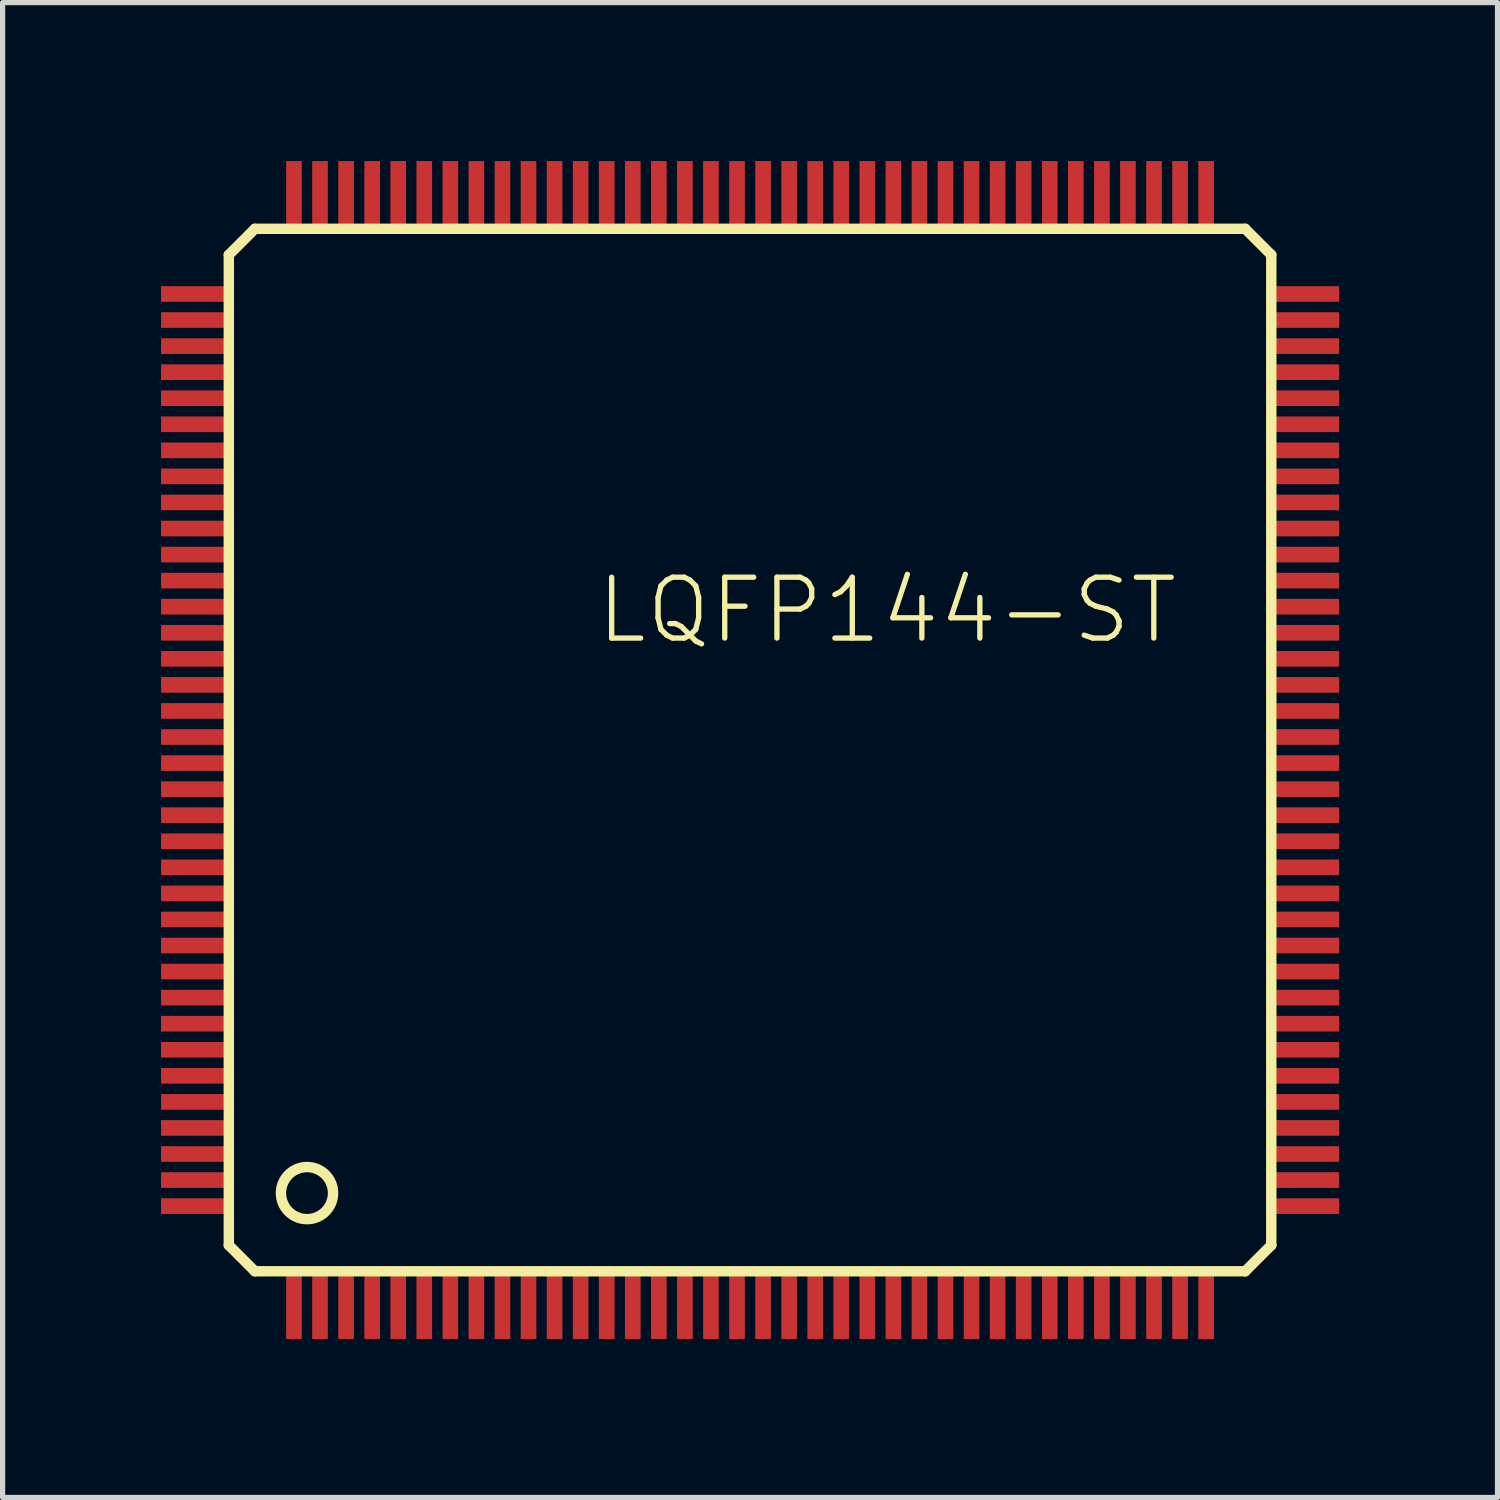
<source format=kicad_pcb>
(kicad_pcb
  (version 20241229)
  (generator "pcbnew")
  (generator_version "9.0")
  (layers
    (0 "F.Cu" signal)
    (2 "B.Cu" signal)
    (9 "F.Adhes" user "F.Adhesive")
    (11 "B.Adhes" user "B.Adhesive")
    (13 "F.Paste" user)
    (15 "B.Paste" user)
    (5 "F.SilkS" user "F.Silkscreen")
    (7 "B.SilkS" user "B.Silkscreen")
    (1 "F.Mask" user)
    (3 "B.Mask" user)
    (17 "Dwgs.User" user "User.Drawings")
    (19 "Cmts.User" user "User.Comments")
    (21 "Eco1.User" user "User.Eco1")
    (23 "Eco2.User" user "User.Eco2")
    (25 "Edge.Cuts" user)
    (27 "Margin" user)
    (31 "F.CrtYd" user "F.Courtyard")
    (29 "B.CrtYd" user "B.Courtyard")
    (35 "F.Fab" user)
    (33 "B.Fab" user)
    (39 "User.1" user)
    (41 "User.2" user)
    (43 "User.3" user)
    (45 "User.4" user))
  (footprint "LQFP144-ST"
    (layer "F.Cu")
    (at 11.34 11.34)
    (property "Reference" "LQFP144-ST" (at -3 -2 0) (unlocked yes) (layer "F.SilkS") (effects (font (size 1.168 1.168) (thickness 0.102)) (justify left bottom)))
    (fp_poly (pts (xy -11.34 -8.57) (xy -9.91 -8.57) (xy -9.91 -8.93) (xy -11.34 -8.93)) (stroke (width 0) (type default)) (fill yes) (layer "F.Mask"))
    (fp_poly (pts (xy -11.34 -8.07) (xy -9.91 -8.07) (xy -9.91 -8.43) (xy -11.34 -8.43)) (stroke (width 0) (type default)) (fill yes) (layer "F.Mask"))
    (fp_poly (pts (xy -11.34 -7.57) (xy -9.91 -7.57) (xy -9.91 -7.93) (xy -11.34 -7.93)) (stroke (width 0) (type default)) (fill yes) (layer "F.Mask"))
    (fp_poly (pts (xy -11.34 -7.07) (xy -9.91 -7.07) (xy -9.91 -7.43) (xy -11.34 -7.43)) (stroke (width 0) (type default)) (fill yes) (layer "F.Mask"))
    (fp_poly (pts (xy -11.34 -6.57) (xy -9.91 -6.57) (xy -9.91 -6.93) (xy -11.34 -6.93)) (stroke (width 0) (type default)) (fill yes) (layer "F.Mask"))
    (fp_poly (pts (xy -11.34 -6.07) (xy -9.91 -6.07) (xy -9.91 -6.43) (xy -11.34 -6.43)) (stroke (width 0) (type default)) (fill yes) (layer "F.Mask"))
    (fp_poly (pts (xy -11.34 -5.57) (xy -9.91 -5.57) (xy -9.91 -5.93) (xy -11.34 -5.93)) (stroke (width 0) (type default)) (fill yes) (layer "F.Mask"))
    (fp_poly (pts (xy -11.34 -5.07) (xy -9.91 -5.07) (xy -9.91 -5.43) (xy -11.34 -5.43)) (stroke (width 0) (type default)) (fill yes) (layer "F.Mask"))
    (fp_poly (pts (xy -11.34 -4.57) (xy -9.91 -4.57) (xy -9.91 -4.93) (xy -11.34 -4.93)) (stroke (width 0) (type default)) (fill yes) (layer "F.Mask"))
    (fp_poly (pts (xy -11.34 -4.07) (xy -9.91 -4.07) (xy -9.91 -4.43) (xy -11.34 -4.43)) (stroke (width 0) (type default)) (fill yes) (layer "F.Mask"))
    (fp_poly (pts (xy -11.34 -3.57) (xy -9.91 -3.57) (xy -9.91 -3.93) (xy -11.34 -3.93)) (stroke (width 0) (type default)) (fill yes) (layer "F.Mask"))
    (fp_poly (pts (xy -11.34 -3.07) (xy -9.91 -3.07) (xy -9.91 -3.43) (xy -11.34 -3.43)) (stroke (width 0) (type default)) (fill yes) (layer "F.Mask"))
    (fp_poly (pts (xy -11.34 -2.57) (xy -9.91 -2.57) (xy -9.91 -2.93) (xy -11.34 -2.93)) (stroke (width 0) (type default)) (fill yes) (layer "F.Mask"))
    (fp_poly (pts (xy -11.34 -2.07) (xy -9.91 -2.07) (xy -9.91 -2.43) (xy -11.34 -2.43)) (stroke (width 0) (type default)) (fill yes) (layer "F.Mask"))
    (fp_poly (pts (xy -11.34 -1.57) (xy -9.91 -1.57) (xy -9.91 -1.93) (xy -11.34 -1.93)) (stroke (width 0) (type default)) (fill yes) (layer "F.Mask"))
    (fp_poly (pts (xy -11.34 -1.07) (xy -9.91 -1.07) (xy -9.91 -1.43) (xy -11.34 -1.43)) (stroke (width 0) (type default)) (fill yes) (layer "F.Mask"))
    (fp_poly (pts (xy -11.34 -0.57) (xy -9.91 -0.57) (xy -9.91 -0.93) (xy -11.34 -0.93)) (stroke (width 0) (type default)) (fill yes) (layer "F.Mask"))
    (fp_poly (pts (xy -11.34 -0.07) (xy -9.91 -0.07) (xy -9.91 -0.43) (xy -11.34 -0.43)) (stroke (width 0) (type default)) (fill yes) (layer "F.Mask"))
    (fp_poly (pts (xy -11.34 0.43) (xy -9.91 0.43) (xy -9.91 0.07) (xy -11.34 0.07)) (stroke (width 0) (type default)) (fill yes) (layer "F.Mask"))
    (fp_poly (pts (xy -11.34 0.93) (xy -9.91 0.93) (xy -9.91 0.57) (xy -11.34 0.57)) (stroke (width 0) (type default)) (fill yes) (layer "F.Mask"))
    (fp_poly (pts (xy -11.34 1.43) (xy -9.91 1.43) (xy -9.91 1.07) (xy -11.34 1.07)) (stroke (width 0) (type default)) (fill yes) (layer "F.Mask"))
    (fp_poly (pts (xy -11.34 1.93) (xy -9.91 1.93) (xy -9.91 1.57) (xy -11.34 1.57)) (stroke (width 0) (type default)) (fill yes) (layer "F.Mask"))
    (fp_poly (pts (xy -11.34 2.43) (xy -9.91 2.43) (xy -9.91 2.07) (xy -11.34 2.07)) (stroke (width 0) (type default)) (fill yes) (layer "F.Mask"))
    (fp_poly (pts (xy -11.34 2.93) (xy -9.91 2.93) (xy -9.91 2.57) (xy -11.34 2.57)) (stroke (width 0) (type default)) (fill yes) (layer "F.Mask"))
    (fp_poly (pts (xy -11.34 3.43) (xy -9.91 3.43) (xy -9.91 3.07) (xy -11.34 3.07)) (stroke (width 0) (type default)) (fill yes) (layer "F.Mask"))
    (fp_poly (pts (xy -11.34 3.93) (xy -9.91 3.93) (xy -9.91 3.57) (xy -11.34 3.57)) (stroke (width 0) (type default)) (fill yes) (layer "F.Mask"))
    (fp_poly (pts (xy -11.34 4.43) (xy -9.91 4.43) (xy -9.91 4.07) (xy -11.34 4.07)) (stroke (width 0) (type default)) (fill yes) (layer "F.Mask"))
    (fp_poly (pts (xy -11.34 4.93) (xy -9.91 4.93) (xy -9.91 4.57) (xy -11.34 4.57)) (stroke (width 0) (type default)) (fill yes) (layer "F.Mask"))
    (fp_poly (pts (xy -11.34 5.43) (xy -9.91 5.43) (xy -9.91 5.07) (xy -11.34 5.07)) (stroke (width 0) (type default)) (fill yes) (layer "F.Mask"))
    (fp_poly (pts (xy -11.34 5.93) (xy -9.91 5.93) (xy -9.91 5.57) (xy -11.34 5.57)) (stroke (width 0) (type default)) (fill yes) (layer "F.Mask"))
    (fp_poly (pts (xy -11.34 6.43) (xy -9.91 6.43) (xy -9.91 6.07) (xy -11.34 6.07)) (stroke (width 0) (type default)) (fill yes) (layer "F.Mask"))
    (fp_poly (pts (xy -11.34 6.93) (xy -9.91 6.93) (xy -9.91 6.57) (xy -11.34 6.57)) (stroke (width 0) (type default)) (fill yes) (layer "F.Mask"))
    (fp_poly (pts (xy -11.34 7.43) (xy -9.91 7.43) (xy -9.91 7.07) (xy -11.34 7.07)) (stroke (width 0) (type default)) (fill yes) (layer "F.Mask"))
    (fp_poly (pts (xy -11.34 7.93) (xy -9.91 7.93) (xy -9.91 7.57) (xy -11.34 7.57)) (stroke (width 0) (type default)) (fill yes) (layer "F.Mask"))
    (fp_poly (pts (xy -11.34 8.43) (xy -9.91 8.43) (xy -9.91 8.07) (xy -11.34 8.07)) (stroke (width 0) (type default)) (fill yes) (layer "F.Mask"))
    (fp_poly (pts (xy -11.34 8.93) (xy -9.91 8.93) (xy -9.91 8.57) (xy -11.34 8.57)) (stroke (width 0) (type default)) (fill yes) (layer "F.Mask"))
    (fp_poly (pts (xy -8.93 -11.34) (xy -8.93 -9.91) (xy -8.57 -9.91) (xy -8.57 -11.34)) (stroke (width 0) (type default)) (fill yes) (layer "F.Mask"))
    (fp_poly (pts (xy -8.57 11.34) (xy -8.57 9.91) (xy -8.93 9.91) (xy -8.93 11.34)) (stroke (width 0) (type default)) (fill yes) (layer "F.Mask"))
    (fp_poly (pts (xy -8.43 -11.34) (xy -8.43 -9.91) (xy -8.07 -9.91) (xy -8.07 -11.34)) (stroke (width 0) (type default)) (fill yes) (layer "F.Mask"))
    (fp_poly (pts (xy -8.07 11.34) (xy -8.07 9.91) (xy -8.43 9.91) (xy -8.43 11.34)) (stroke (width 0) (type default)) (fill yes) (layer "F.Mask"))
    (fp_poly (pts (xy -7.93 -11.34) (xy -7.93 -9.91) (xy -7.57 -9.91) (xy -7.57 -11.34)) (stroke (width 0) (type default)) (fill yes) (layer "F.Mask"))
    (fp_poly (pts (xy -7.57 11.34) (xy -7.57 9.91) (xy -7.93 9.91) (xy -7.93 11.34)) (stroke (width 0) (type default)) (fill yes) (layer "F.Mask"))
    (fp_poly (pts (xy -7.43 -11.34) (xy -7.43 -9.91) (xy -7.07 -9.91) (xy -7.07 -11.34)) (stroke (width 0) (type default)) (fill yes) (layer "F.Mask"))
    (fp_poly (pts (xy -7.07 11.34) (xy -7.07 9.91) (xy -7.43 9.91) (xy -7.43 11.34)) (stroke (width 0) (type default)) (fill yes) (layer "F.Mask"))
    (fp_poly (pts (xy -6.93 -11.34) (xy -6.93 -9.91) (xy -6.57 -9.91) (xy -6.57 -11.34)) (stroke (width 0) (type default)) (fill yes) (layer "F.Mask"))
    (fp_poly (pts (xy -6.57 11.34) (xy -6.57 9.91) (xy -6.93 9.91) (xy -6.93 11.34)) (stroke (width 0) (type default)) (fill yes) (layer "F.Mask"))
    (fp_poly (pts (xy -6.43 -11.34) (xy -6.43 -9.91) (xy -6.07 -9.91) (xy -6.07 -11.34)) (stroke (width 0) (type default)) (fill yes) (layer "F.Mask"))
    (fp_poly (pts (xy -6.07 11.34) (xy -6.07 9.91) (xy -6.43 9.91) (xy -6.43 11.34)) (stroke (width 0) (type default)) (fill yes) (layer "F.Mask"))
    (fp_poly (pts (xy -5.93 -11.34) (xy -5.93 -9.91) (xy -5.57 -9.91) (xy -5.57 -11.34)) (stroke (width 0) (type default)) (fill yes) (layer "F.Mask"))
    (fp_poly (pts (xy -5.57 11.34) (xy -5.57 9.91) (xy -5.93 9.91) (xy -5.93 11.34)) (stroke (width 0) (type default)) (fill yes) (layer "F.Mask"))
    (fp_poly (pts (xy -5.43 -11.34) (xy -5.43 -9.91) (xy -5.07 -9.91) (xy -5.07 -11.34)) (stroke (width 0) (type default)) (fill yes) (layer "F.Mask"))
    (fp_poly (pts (xy -5.07 11.34) (xy -5.07 9.91) (xy -5.43 9.91) (xy -5.43 11.34)) (stroke (width 0) (type default)) (fill yes) (layer "F.Mask"))
    (fp_poly (pts (xy -4.93 -11.34) (xy -4.93 -9.91) (xy -4.57 -9.91) (xy -4.57 -11.34)) (stroke (width 0) (type default)) (fill yes) (layer "F.Mask"))
    (fp_poly (pts (xy -4.57 11.34) (xy -4.57 9.91) (xy -4.93 9.91) (xy -4.93 11.34)) (stroke (width 0) (type default)) (fill yes) (layer "F.Mask"))
    (fp_poly (pts (xy -4.43 -11.34) (xy -4.43 -9.91) (xy -4.07 -9.91) (xy -4.07 -11.34)) (stroke (width 0) (type default)) (fill yes) (layer "F.Mask"))
    (fp_poly (pts (xy -4.07 11.34) (xy -4.07 9.91) (xy -4.43 9.91) (xy -4.43 11.34)) (stroke (width 0) (type default)) (fill yes) (layer "F.Mask"))
    (fp_poly (pts (xy -3.93 -11.34) (xy -3.93 -9.91) (xy -3.57 -9.91) (xy -3.57 -11.34)) (stroke (width 0) (type default)) (fill yes) (layer "F.Mask"))
    (fp_poly (pts (xy -3.57 11.34) (xy -3.57 9.91) (xy -3.93 9.91) (xy -3.93 11.34)) (stroke (width 0) (type default)) (fill yes) (layer "F.Mask"))
    (fp_poly (pts (xy -3.43 -11.34) (xy -3.43 -9.91) (xy -3.07 -9.91) (xy -3.07 -11.34)) (stroke (width 0) (type default)) (fill yes) (layer "F.Mask"))
    (fp_poly (pts (xy -3.07 11.34) (xy -3.07 9.91) (xy -3.43 9.91) (xy -3.43 11.34)) (stroke (width 0) (type default)) (fill yes) (layer "F.Mask"))
    (fp_poly (pts (xy -2.93 -11.34) (xy -2.93 -9.91) (xy -2.57 -9.91) (xy -2.57 -11.34)) (stroke (width 0) (type default)) (fill yes) (layer "F.Mask"))
    (fp_poly (pts (xy -2.57 11.34) (xy -2.57 9.91) (xy -2.93 9.91) (xy -2.93 11.34)) (stroke (width 0) (type default)) (fill yes) (layer "F.Mask"))
    (fp_poly (pts (xy -2.43 -11.34) (xy -2.43 -9.91) (xy -2.07 -9.91) (xy -2.07 -11.34)) (stroke (width 0) (type default)) (fill yes) (layer "F.Mask"))
    (fp_poly (pts (xy -2.07 11.34) (xy -2.07 9.91) (xy -2.43 9.91) (xy -2.43 11.34)) (stroke (width 0) (type default)) (fill yes) (layer "F.Mask"))
    (fp_poly (pts (xy -1.93 -11.34) (xy -1.93 -9.91) (xy -1.57 -9.91) (xy -1.57 -11.34)) (stroke (width 0) (type default)) (fill yes) (layer "F.Mask"))
    (fp_poly (pts (xy -1.57 11.34) (xy -1.57 9.91) (xy -1.93 9.91) (xy -1.93 11.34)) (stroke (width 0) (type default)) (fill yes) (layer "F.Mask"))
    (fp_poly (pts (xy -1.43 -11.34) (xy -1.43 -9.91) (xy -1.07 -9.91) (xy -1.07 -11.34)) (stroke (width 0) (type default)) (fill yes) (layer "F.Mask"))
    (fp_poly (pts (xy -1.07 11.34) (xy -1.07 9.91) (xy -1.43 9.91) (xy -1.43 11.34)) (stroke (width 0) (type default)) (fill yes) (layer "F.Mask"))
    (fp_poly (pts (xy -0.93 -11.34) (xy -0.93 -9.91) (xy -0.57 -9.91) (xy -0.57 -11.34)) (stroke (width 0) (type default)) (fill yes) (layer "F.Mask"))
    (fp_poly (pts (xy -0.57 11.34) (xy -0.57 9.91) (xy -0.93 9.91) (xy -0.93 11.34)) (stroke (width 0) (type default)) (fill yes) (layer "F.Mask"))
    (fp_poly (pts (xy -0.43 -11.34) (xy -0.43 -9.91) (xy -0.07 -9.91) (xy -0.07 -11.34)) (stroke (width 0) (type default)) (fill yes) (layer "F.Mask"))
    (fp_poly (pts (xy -0.07 11.34) (xy -0.07 9.91) (xy -0.43 9.91) (xy -0.43 11.34)) (stroke (width 0) (type default)) (fill yes) (layer "F.Mask"))
    (fp_poly (pts (xy 0.07 -11.34) (xy 0.07 -9.91) (xy 0.43 -9.91) (xy 0.43 -11.34)) (stroke (width 0) (type default)) (fill yes) (layer "F.Mask"))
    (fp_poly (pts (xy 0.43 11.34) (xy 0.43 9.91) (xy 0.07 9.91) (xy 0.07 11.34)) (stroke (width 0) (type default)) (fill yes) (layer "F.Mask"))
    (fp_poly (pts (xy 0.57 -11.34) (xy 0.57 -9.91) (xy 0.93 -9.91) (xy 0.93 -11.34)) (stroke (width 0) (type default)) (fill yes) (layer "F.Mask"))
    (fp_poly (pts (xy 0.93 11.34) (xy 0.93 9.91) (xy 0.57 9.91) (xy 0.57 11.34)) (stroke (width 0) (type default)) (fill yes) (layer "F.Mask"))
    (fp_poly (pts (xy 1.07 -11.34) (xy 1.07 -9.91) (xy 1.43 -9.91) (xy 1.43 -11.34)) (stroke (width 0) (type default)) (fill yes) (layer "F.Mask"))
    (fp_poly (pts (xy 1.43 11.34) (xy 1.43 9.91) (xy 1.07 9.91) (xy 1.07 11.34)) (stroke (width 0) (type default)) (fill yes) (layer "F.Mask"))
    (fp_poly (pts (xy 1.57 -11.34) (xy 1.57 -9.91) (xy 1.93 -9.91) (xy 1.93 -11.34)) (stroke (width 0) (type default)) (fill yes) (layer "F.Mask"))
    (fp_poly (pts (xy 1.93 11.34) (xy 1.93 9.91) (xy 1.57 9.91) (xy 1.57 11.34)) (stroke (width 0) (type default)) (fill yes) (layer "F.Mask"))
    (fp_poly (pts (xy 2.07 -11.34) (xy 2.07 -9.91) (xy 2.43 -9.91) (xy 2.43 -11.34)) (stroke (width 0) (type default)) (fill yes) (layer "F.Mask"))
    (fp_poly (pts (xy 2.43 11.34) (xy 2.43 9.91) (xy 2.07 9.91) (xy 2.07 11.34)) (stroke (width 0) (type default)) (fill yes) (layer "F.Mask"))
    (fp_poly (pts (xy 2.57 -11.34) (xy 2.57 -9.91) (xy 2.93 -9.91) (xy 2.93 -11.34)) (stroke (width 0) (type default)) (fill yes) (layer "F.Mask"))
    (fp_poly (pts (xy 2.93 11.34) (xy 2.93 9.91) (xy 2.57 9.91) (xy 2.57 11.34)) (stroke (width 0) (type default)) (fill yes) (layer "F.Mask"))
    (fp_poly (pts (xy 3.07 -11.34) (xy 3.07 -9.91) (xy 3.43 -9.91) (xy 3.43 -11.34)) (stroke (width 0) (type default)) (fill yes) (layer "F.Mask"))
    (fp_poly (pts (xy 3.43 11.34) (xy 3.43 9.91) (xy 3.07 9.91) (xy 3.07 11.34)) (stroke (width 0) (type default)) (fill yes) (layer "F.Mask"))
    (fp_poly (pts (xy 3.57 -11.34) (xy 3.57 -9.91) (xy 3.93 -9.91) (xy 3.93 -11.34)) (stroke (width 0) (type default)) (fill yes) (layer "F.Mask"))
    (fp_poly (pts (xy 3.93 11.34) (xy 3.93 9.91) (xy 3.57 9.91) (xy 3.57 11.34)) (stroke (width 0) (type default)) (fill yes) (layer "F.Mask"))
    (fp_poly (pts (xy 4.07 -11.34) (xy 4.07 -9.91) (xy 4.43 -9.91) (xy 4.43 -11.34)) (stroke (width 0) (type default)) (fill yes) (layer "F.Mask"))
    (fp_poly (pts (xy 4.43 11.34) (xy 4.43 9.91) (xy 4.07 9.91) (xy 4.07 11.34)) (stroke (width 0) (type default)) (fill yes) (layer "F.Mask"))
    (fp_poly (pts (xy 4.57 -11.34) (xy 4.57 -9.91) (xy 4.93 -9.91) (xy 4.93 -11.34)) (stroke (width 0) (type default)) (fill yes) (layer "F.Mask"))
    (fp_poly (pts (xy 4.93 11.34) (xy 4.93 9.91) (xy 4.57 9.91) (xy 4.57 11.34)) (stroke (width 0) (type default)) (fill yes) (layer "F.Mask"))
    (fp_poly (pts (xy 5.07 -11.34) (xy 5.07 -9.91) (xy 5.43 -9.91) (xy 5.43 -11.34)) (stroke (width 0) (type default)) (fill yes) (layer "F.Mask"))
    (fp_poly (pts (xy 5.43 11.34) (xy 5.43 9.91) (xy 5.07 9.91) (xy 5.07 11.34)) (stroke (width 0) (type default)) (fill yes) (layer "F.Mask"))
    (fp_poly (pts (xy 5.57 -11.34) (xy 5.57 -9.91) (xy 5.93 -9.91) (xy 5.93 -11.34)) (stroke (width 0) (type default)) (fill yes) (layer "F.Mask"))
    (fp_poly (pts (xy 5.93 11.34) (xy 5.93 9.91) (xy 5.57 9.91) (xy 5.57 11.34)) (stroke (width 0) (type default)) (fill yes) (layer "F.Mask"))
    (fp_poly (pts (xy 6.07 -11.34) (xy 6.07 -9.91) (xy 6.43 -9.91) (xy 6.43 -11.34)) (stroke (width 0) (type default)) (fill yes) (layer "F.Mask"))
    (fp_poly (pts (xy 6.43 11.34) (xy 6.43 9.91) (xy 6.07 9.91) (xy 6.07 11.34)) (stroke (width 0) (type default)) (fill yes) (layer "F.Mask"))
    (fp_poly (pts (xy 6.57 -11.34) (xy 6.57 -9.91) (xy 6.93 -9.91) (xy 6.93 -11.34)) (stroke (width 0) (type default)) (fill yes) (layer "F.Mask"))
    (fp_poly (pts (xy 6.93 11.34) (xy 6.93 9.91) (xy 6.57 9.91) (xy 6.57 11.34)) (stroke (width 0) (type default)) (fill yes) (layer "F.Mask"))
    (fp_poly (pts (xy 7.07 -11.34) (xy 7.07 -9.91) (xy 7.43 -9.91) (xy 7.43 -11.34)) (stroke (width 0) (type default)) (fill yes) (layer "F.Mask"))
    (fp_poly (pts (xy 7.43 11.34) (xy 7.43 9.91) (xy 7.07 9.91) (xy 7.07 11.34)) (stroke (width 0) (type default)) (fill yes) (layer "F.Mask"))
    (fp_poly (pts (xy 7.57 -11.34) (xy 7.57 -9.91) (xy 7.93 -9.91) (xy 7.93 -11.34)) (stroke (width 0) (type default)) (fill yes) (layer "F.Mask"))
    (fp_poly (pts (xy 7.93 11.34) (xy 7.93 9.91) (xy 7.57 9.91) (xy 7.57 11.34)) (stroke (width 0) (type default)) (fill yes) (layer "F.Mask"))
    (fp_poly (pts (xy 8.07 -11.34) (xy 8.07 -9.91) (xy 8.43 -9.91) (xy 8.43 -11.34)) (stroke (width 0) (type default)) (fill yes) (layer "F.Mask"))
    (fp_poly (pts (xy 8.43 11.34) (xy 8.43 9.91) (xy 8.07 9.91) (xy 8.07 11.34)) (stroke (width 0) (type default)) (fill yes) (layer "F.Mask"))
    (fp_poly (pts (xy 8.57 -11.34) (xy 8.57 -9.91) (xy 8.93 -9.91) (xy 8.93 -11.34)) (stroke (width 0) (type default)) (fill yes) (layer "F.Mask"))
    (fp_poly (pts (xy 8.93 11.34) (xy 8.93 9.91) (xy 8.57 9.91) (xy 8.57 11.34)) (stroke (width 0) (type default)) (fill yes) (layer "F.Mask"))
    (fp_poly (pts (xy 11.34 -8.93) (xy 9.91 -8.93) (xy 9.91 -8.57) (xy 11.34 -8.57)) (stroke (width 0) (type default)) (fill yes) (layer "F.Mask"))
    (fp_poly (pts (xy 11.34 -8.43) (xy 9.91 -8.43) (xy 9.91 -8.07) (xy 11.34 -8.07)) (stroke (width 0) (type default)) (fill yes) (layer "F.Mask"))
    (fp_poly (pts (xy 11.34 -7.93) (xy 9.91 -7.93) (xy 9.91 -7.57) (xy 11.34 -7.57)) (stroke (width 0) (type default)) (fill yes) (layer "F.Mask"))
    (fp_poly (pts (xy 11.34 -7.43) (xy 9.91 -7.43) (xy 9.91 -7.07) (xy 11.34 -7.07)) (stroke (width 0) (type default)) (fill yes) (layer "F.Mask"))
    (fp_poly (pts (xy 11.34 -6.93) (xy 9.91 -6.93) (xy 9.91 -6.57) (xy 11.34 -6.57)) (stroke (width 0) (type default)) (fill yes) (layer "F.Mask"))
    (fp_poly (pts (xy 11.34 -6.43) (xy 9.91 -6.43) (xy 9.91 -6.07) (xy 11.34 -6.07)) (stroke (width 0) (type default)) (fill yes) (layer "F.Mask"))
    (fp_poly (pts (xy 11.34 -5.93) (xy 9.91 -5.93) (xy 9.91 -5.57) (xy 11.34 -5.57)) (stroke (width 0) (type default)) (fill yes) (layer "F.Mask"))
    (fp_poly (pts (xy 11.34 -5.43) (xy 9.91 -5.43) (xy 9.91 -5.07) (xy 11.34 -5.07)) (stroke (width 0) (type default)) (fill yes) (layer "F.Mask"))
    (fp_poly (pts (xy 11.34 -4.93) (xy 9.91 -4.93) (xy 9.91 -4.57) (xy 11.34 -4.57)) (stroke (width 0) (type default)) (fill yes) (layer "F.Mask"))
    (fp_poly (pts (xy 11.34 -4.43) (xy 9.91 -4.43) (xy 9.91 -4.07) (xy 11.34 -4.07)) (stroke (width 0) (type default)) (fill yes) (layer "F.Mask"))
    (fp_poly (pts (xy 11.34 -3.93) (xy 9.91 -3.93) (xy 9.91 -3.57) (xy 11.34 -3.57)) (stroke (width 0) (type default)) (fill yes) (layer "F.Mask"))
    (fp_poly (pts (xy 11.34 -3.43) (xy 9.91 -3.43) (xy 9.91 -3.07) (xy 11.34 -3.07)) (stroke (width 0) (type default)) (fill yes) (layer "F.Mask"))
    (fp_poly (pts (xy 11.34 -2.93) (xy 9.91 -2.93) (xy 9.91 -2.57) (xy 11.34 -2.57)) (stroke (width 0) (type default)) (fill yes) (layer "F.Mask"))
    (fp_poly (pts (xy 11.34 -2.43) (xy 9.91 -2.43) (xy 9.91 -2.07) (xy 11.34 -2.07)) (stroke (width 0) (type default)) (fill yes) (layer "F.Mask"))
    (fp_poly (pts (xy 11.34 -1.93) (xy 9.91 -1.93) (xy 9.91 -1.57) (xy 11.34 -1.57)) (stroke (width 0) (type default)) (fill yes) (layer "F.Mask"))
    (fp_poly (pts (xy 11.34 -1.43) (xy 9.91 -1.43) (xy 9.91 -1.07) (xy 11.34 -1.07)) (stroke (width 0) (type default)) (fill yes) (layer "F.Mask"))
    (fp_poly (pts (xy 11.34 -0.93) (xy 9.91 -0.93) (xy 9.91 -0.57) (xy 11.34 -0.57)) (stroke (width 0) (type default)) (fill yes) (layer "F.Mask"))
    (fp_poly (pts (xy 11.34 -0.43) (xy 9.91 -0.43) (xy 9.91 -0.07) (xy 11.34 -0.07)) (stroke (width 0) (type default)) (fill yes) (layer "F.Mask"))
    (fp_poly (pts (xy 11.34 0.07) (xy 9.91 0.07) (xy 9.91 0.43) (xy 11.34 0.43)) (stroke (width 0) (type default)) (fill yes) (layer "F.Mask"))
    (fp_poly (pts (xy 11.34 0.57) (xy 9.91 0.57) (xy 9.91 0.93) (xy 11.34 0.93)) (stroke (width 0) (type default)) (fill yes) (layer "F.Mask"))
    (fp_poly (pts (xy 11.34 1.07) (xy 9.91 1.07) (xy 9.91 1.43) (xy 11.34 1.43)) (stroke (width 0) (type default)) (fill yes) (layer "F.Mask"))
    (fp_poly (pts (xy 11.34 1.57) (xy 9.91 1.57) (xy 9.91 1.93) (xy 11.34 1.93)) (stroke (width 0) (type default)) (fill yes) (layer "F.Mask"))
    (fp_poly (pts (xy 11.34 2.07) (xy 9.91 2.07) (xy 9.91 2.43) (xy 11.34 2.43)) (stroke (width 0) (type default)) (fill yes) (layer "F.Mask"))
    (fp_poly (pts (xy 11.34 2.57) (xy 9.91 2.57) (xy 9.91 2.93) (xy 11.34 2.93)) (stroke (width 0) (type default)) (fill yes) (layer "F.Mask"))
    (fp_poly (pts (xy 11.34 3.07) (xy 9.91 3.07) (xy 9.91 3.43) (xy 11.34 3.43)) (stroke (width 0) (type default)) (fill yes) (layer "F.Mask"))
    (fp_poly (pts (xy 11.34 3.57) (xy 9.91 3.57) (xy 9.91 3.93) (xy 11.34 3.93)) (stroke (width 0) (type default)) (fill yes) (layer "F.Mask"))
    (fp_poly (pts (xy 11.34 4.07) (xy 9.91 4.07) (xy 9.91 4.43) (xy 11.34 4.43)) (stroke (width 0) (type default)) (fill yes) (layer "F.Mask"))
    (fp_poly (pts (xy 11.34 4.57) (xy 9.91 4.57) (xy 9.91 4.93) (xy 11.34 4.93)) (stroke (width 0) (type default)) (fill yes) (layer "F.Mask"))
    (fp_poly (pts (xy 11.34 5.07) (xy 9.91 5.07) (xy 9.91 5.43) (xy 11.34 5.43)) (stroke (width 0) (type default)) (fill yes) (layer "F.Mask"))
    (fp_poly (pts (xy 11.34 5.57) (xy 9.91 5.57) (xy 9.91 5.93) (xy 11.34 5.93)) (stroke (width 0) (type default)) (fill yes) (layer "F.Mask"))
    (fp_poly (pts (xy 11.34 6.07) (xy 9.91 6.07) (xy 9.91 6.43) (xy 11.34 6.43)) (stroke (width 0) (type default)) (fill yes) (layer "F.Mask"))
    (fp_poly (pts (xy 11.34 6.57) (xy 9.91 6.57) (xy 9.91 6.93) (xy 11.34 6.93)) (stroke (width 0) (type default)) (fill yes) (layer "F.Mask"))
    (fp_poly (pts (xy 11.34 7.07) (xy 9.91 7.07) (xy 9.91 7.43) (xy 11.34 7.43)) (stroke (width 0) (type default)) (fill yes) (layer "F.Mask"))
    (fp_poly (pts (xy 11.34 7.57) (xy 9.91 7.57) (xy 9.91 7.93) (xy 11.34 7.93)) (stroke (width 0) (type default)) (fill yes) (layer "F.Mask"))
    (fp_poly (pts (xy 11.34 8.07) (xy 9.91 8.07) (xy 9.91 8.43) (xy 11.34 8.43)) (stroke (width 0) (type default)) (fill yes) (layer "F.Mask"))
    (fp_poly (pts (xy 11.34 8.57) (xy 9.91 8.57) (xy 9.91 8.93) (xy 11.34 8.93)) (stroke (width 0) (type default)) (fill yes) (layer "F.Mask"))
    (fp_line (start -10 -9.5) (end -9.5 -10) (stroke (width 0.2) (type solid)) (layer "F.SilkS"))
    (fp_line (start -10 9.5) (end -10 -9.5) (stroke (width 0.2) (type solid)) (layer "F.SilkS"))
    (fp_line (start -9.5 -10) (end 9.5 -10) (stroke (width 0.2) (type solid)) (layer "F.SilkS"))
    (fp_line (start -9.5 10) (end -10 9.5) (stroke (width 0.2) (type solid)) (layer "F.SilkS"))
    (fp_line (start 9.5 -10) (end 10 -9.5) (stroke (width 0.2) (type solid)) (layer "F.SilkS"))
    (fp_line (start 9.5 10) (end -9.5 10) (stroke (width 0.2) (type solid)) (layer "F.SilkS"))
    (fp_line (start 10 -9.5) (end 10 9.5) (stroke (width 0.2) (type solid)) (layer "F.SilkS"))
    (fp_line (start 10 9.5) (end 9.5 10) (stroke (width 0.2) (type solid)) (layer "F.SilkS"))
    (fp_circle (center -8.5 8.5) (end -8 8.5) (stroke (width 0.2) (type solid)) (fill no) (layer "F.SilkS"))
    (fp_poly (pts (xy -11.26 -8.62) (xy -9.99 -8.62) (xy -9.99 -8.88) (xy -11.26 -8.88)) (stroke (width 0) (type default)) (fill yes) (layer "F.Paste"))
    (fp_poly (pts (xy -11.26 -8.12) (xy -9.99 -8.12) (xy -9.99 -8.38) (xy -11.26 -8.38)) (stroke (width 0) (type default)) (fill yes) (layer "F.Paste"))
    (fp_poly (pts (xy -11.26 -7.62) (xy -9.99 -7.62) (xy -9.99 -7.88) (xy -11.26 -7.88)) (stroke (width 0) (type default)) (fill yes) (layer "F.Paste"))
    (fp_poly (pts (xy -11.26 -7.12) (xy -9.99 -7.12) (xy -9.99 -7.38) (xy -11.26 -7.38)) (stroke (width 0) (type default)) (fill yes) (layer "F.Paste"))
    (fp_poly (pts (xy -11.26 -6.62) (xy -9.99 -6.62) (xy -9.99 -6.88) (xy -11.26 -6.88)) (stroke (width 0) (type default)) (fill yes) (layer "F.Paste"))
    (fp_poly (pts (xy -11.26 -6.12) (xy -9.99 -6.12) (xy -9.99 -6.38) (xy -11.26 -6.38)) (stroke (width 0) (type default)) (fill yes) (layer "F.Paste"))
    (fp_poly (pts (xy -11.26 -5.62) (xy -9.99 -5.62) (xy -9.99 -5.88) (xy -11.26 -5.88)) (stroke (width 0) (type default)) (fill yes) (layer "F.Paste"))
    (fp_poly (pts (xy -11.26 -5.12) (xy -9.99 -5.12) (xy -9.99 -5.38) (xy -11.26 -5.38)) (stroke (width 0) (type default)) (fill yes) (layer "F.Paste"))
    (fp_poly (pts (xy -11.26 -4.62) (xy -9.99 -4.62) (xy -9.99 -4.88) (xy -11.26 -4.88)) (stroke (width 0) (type default)) (fill yes) (layer "F.Paste"))
    (fp_poly (pts (xy -11.26 -4.12) (xy -9.99 -4.12) (xy -9.99 -4.38) (xy -11.26 -4.38)) (stroke (width 0) (type default)) (fill yes) (layer "F.Paste"))
    (fp_poly (pts (xy -11.26 -3.62) (xy -9.99 -3.62) (xy -9.99 -3.88) (xy -11.26 -3.88)) (stroke (width 0) (type default)) (fill yes) (layer "F.Paste"))
    (fp_poly (pts (xy -11.26 -3.12) (xy -9.99 -3.12) (xy -9.99 -3.38) (xy -11.26 -3.38)) (stroke (width 0) (type default)) (fill yes) (layer "F.Paste"))
    (fp_poly (pts (xy -11.26 -2.62) (xy -9.99 -2.62) (xy -9.99 -2.88) (xy -11.26 -2.88)) (stroke (width 0) (type default)) (fill yes) (layer "F.Paste"))
    (fp_poly (pts (xy -11.26 -2.12) (xy -9.99 -2.12) (xy -9.99 -2.38) (xy -11.26 -2.38)) (stroke (width 0) (type default)) (fill yes) (layer "F.Paste"))
    (fp_poly (pts (xy -11.26 -1.62) (xy -9.99 -1.62) (xy -9.99 -1.88) (xy -11.26 -1.88)) (stroke (width 0) (type default)) (fill yes) (layer "F.Paste"))
    (fp_poly (pts (xy -11.26 -1.12) (xy -9.99 -1.12) (xy -9.99 -1.38) (xy -11.26 -1.38)) (stroke (width 0) (type default)) (fill yes) (layer "F.Paste"))
    (fp_poly (pts (xy -11.26 -0.62) (xy -9.99 -0.62) (xy -9.99 -0.88) (xy -11.26 -0.88)) (stroke (width 0) (type default)) (fill yes) (layer "F.Paste"))
    (fp_poly (pts (xy -11.26 -0.12) (xy -9.99 -0.12) (xy -9.99 -0.38) (xy -11.26 -0.38)) (stroke (width 0) (type default)) (fill yes) (layer "F.Paste"))
    (fp_poly (pts (xy -11.26 0.38) (xy -9.99 0.38) (xy -9.99 0.12) (xy -11.26 0.12)) (stroke (width 0) (type default)) (fill yes) (layer "F.Paste"))
    (fp_poly (pts (xy -11.26 0.88) (xy -9.99 0.88) (xy -9.99 0.62) (xy -11.26 0.62)) (stroke (width 0) (type default)) (fill yes) (layer "F.Paste"))
    (fp_poly (pts (xy -11.26 1.38) (xy -9.99 1.38) (xy -9.99 1.12) (xy -11.26 1.12)) (stroke (width 0) (type default)) (fill yes) (layer "F.Paste"))
    (fp_poly (pts (xy -11.26 1.88) (xy -9.99 1.88) (xy -9.99 1.62) (xy -11.26 1.62)) (stroke (width 0) (type default)) (fill yes) (layer "F.Paste"))
    (fp_poly (pts (xy -11.26 2.38) (xy -9.99 2.38) (xy -9.99 2.12) (xy -11.26 2.12)) (stroke (width 0) (type default)) (fill yes) (layer "F.Paste"))
    (fp_poly (pts (xy -11.26 2.88) (xy -9.99 2.88) (xy -9.99 2.62) (xy -11.26 2.62)) (stroke (width 0) (type default)) (fill yes) (layer "F.Paste"))
    (fp_poly (pts (xy -11.26 3.38) (xy -9.99 3.38) (xy -9.99 3.12) (xy -11.26 3.12)) (stroke (width 0) (type default)) (fill yes) (layer "F.Paste"))
    (fp_poly (pts (xy -11.26 3.88) (xy -9.99 3.88) (xy -9.99 3.62) (xy -11.26 3.62)) (stroke (width 0) (type default)) (fill yes) (layer "F.Paste"))
    (fp_poly (pts (xy -11.26 4.38) (xy -9.99 4.38) (xy -9.99 4.12) (xy -11.26 4.12)) (stroke (width 0) (type default)) (fill yes) (layer "F.Paste"))
    (fp_poly (pts (xy -11.26 4.88) (xy -9.99 4.88) (xy -9.99 4.62) (xy -11.26 4.62)) (stroke (width 0) (type default)) (fill yes) (layer "F.Paste"))
    (fp_poly (pts (xy -11.26 5.38) (xy -9.99 5.38) (xy -9.99 5.12) (xy -11.26 5.12)) (stroke (width 0) (type default)) (fill yes) (layer "F.Paste"))
    (fp_poly (pts (xy -11.26 5.88) (xy -9.99 5.88) (xy -9.99 5.62) (xy -11.26 5.62)) (stroke (width 0) (type default)) (fill yes) (layer "F.Paste"))
    (fp_poly (pts (xy -11.26 6.38) (xy -9.99 6.38) (xy -9.99 6.12) (xy -11.26 6.12)) (stroke (width 0) (type default)) (fill yes) (layer "F.Paste"))
    (fp_poly (pts (xy -11.26 6.88) (xy -9.99 6.88) (xy -9.99 6.62) (xy -11.26 6.62)) (stroke (width 0) (type default)) (fill yes) (layer "F.Paste"))
    (fp_poly (pts (xy -11.26 7.38) (xy -9.99 7.38) (xy -9.99 7.12) (xy -11.26 7.12)) (stroke (width 0) (type default)) (fill yes) (layer "F.Paste"))
    (fp_poly (pts (xy -11.26 7.88) (xy -9.99 7.88) (xy -9.99 7.62) (xy -11.26 7.62)) (stroke (width 0) (type default)) (fill yes) (layer "F.Paste"))
    (fp_poly (pts (xy -11.26 8.38) (xy -9.99 8.38) (xy -9.99 8.12) (xy -11.26 8.12)) (stroke (width 0) (type default)) (fill yes) (layer "F.Paste"))
    (fp_poly (pts (xy -11.26 8.88) (xy -9.99 8.88) (xy -9.99 8.62) (xy -11.26 8.62)) (stroke (width 0) (type default)) (fill yes) (layer "F.Paste"))
    (fp_poly (pts (xy -8.88 -11.26) (xy -8.88 -9.99) (xy -8.62 -9.99) (xy -8.62 -11.26)) (stroke (width 0) (type default)) (fill yes) (layer "F.Paste"))
    (fp_poly (pts (xy -8.62 11.26) (xy -8.62 9.99) (xy -8.88 9.99) (xy -8.88 11.26)) (stroke (width 0) (type default)) (fill yes) (layer "F.Paste"))
    (fp_poly (pts (xy -8.38 -11.26) (xy -8.38 -9.99) (xy -8.12 -9.99) (xy -8.12 -11.26)) (stroke (width 0) (type default)) (fill yes) (layer "F.Paste"))
    (fp_poly (pts (xy -8.12 11.26) (xy -8.12 9.99) (xy -8.38 9.99) (xy -8.38 11.26)) (stroke (width 0) (type default)) (fill yes) (layer "F.Paste"))
    (fp_poly (pts (xy -7.88 -11.26) (xy -7.88 -9.99) (xy -7.62 -9.99) (xy -7.62 -11.26)) (stroke (width 0) (type default)) (fill yes) (layer "F.Paste"))
    (fp_poly (pts (xy -7.62 11.26) (xy -7.62 9.99) (xy -7.88 9.99) (xy -7.88 11.26)) (stroke (width 0) (type default)) (fill yes) (layer "F.Paste"))
    (fp_poly (pts (xy -7.38 -11.26) (xy -7.38 -9.99) (xy -7.12 -9.99) (xy -7.12 -11.26)) (stroke (width 0) (type default)) (fill yes) (layer "F.Paste"))
    (fp_poly (pts (xy -7.12 11.26) (xy -7.12 9.99) (xy -7.38 9.99) (xy -7.38 11.26)) (stroke (width 0) (type default)) (fill yes) (layer "F.Paste"))
    (fp_poly (pts (xy -6.88 -11.26) (xy -6.88 -9.99) (xy -6.62 -9.99) (xy -6.62 -11.26)) (stroke (width 0) (type default)) (fill yes) (layer "F.Paste"))
    (fp_poly (pts (xy -6.62 11.26) (xy -6.62 9.99) (xy -6.88 9.99) (xy -6.88 11.26)) (stroke (width 0) (type default)) (fill yes) (layer "F.Paste"))
    (fp_poly (pts (xy -6.38 -11.26) (xy -6.38 -9.99) (xy -6.12 -9.99) (xy -6.12 -11.26)) (stroke (width 0) (type default)) (fill yes) (layer "F.Paste"))
    (fp_poly (pts (xy -6.12 11.26) (xy -6.12 9.99) (xy -6.38 9.99) (xy -6.38 11.26)) (stroke (width 0) (type default)) (fill yes) (layer "F.Paste"))
    (fp_poly (pts (xy -5.88 -11.26) (xy -5.88 -9.99) (xy -5.62 -9.99) (xy -5.62 -11.26)) (stroke (width 0) (type default)) (fill yes) (layer "F.Paste"))
    (fp_poly (pts (xy -5.62 11.26) (xy -5.62 9.99) (xy -5.88 9.99) (xy -5.88 11.26)) (stroke (width 0) (type default)) (fill yes) (layer "F.Paste"))
    (fp_poly (pts (xy -5.38 -11.26) (xy -5.38 -9.99) (xy -5.12 -9.99) (xy -5.12 -11.26)) (stroke (width 0) (type default)) (fill yes) (layer "F.Paste"))
    (fp_poly (pts (xy -5.12 11.26) (xy -5.12 9.99) (xy -5.38 9.99) (xy -5.38 11.26)) (stroke (width 0) (type default)) (fill yes) (layer "F.Paste"))
    (fp_poly (pts (xy -4.88 -11.26) (xy -4.88 -9.99) (xy -4.62 -9.99) (xy -4.62 -11.26)) (stroke (width 0) (type default)) (fill yes) (layer "F.Paste"))
    (fp_poly (pts (xy -4.62 11.26) (xy -4.62 9.99) (xy -4.88 9.99) (xy -4.88 11.26)) (stroke (width 0) (type default)) (fill yes) (layer "F.Paste"))
    (fp_poly (pts (xy -4.38 -11.26) (xy -4.38 -9.99) (xy -4.12 -9.99) (xy -4.12 -11.26)) (stroke (width 0) (type default)) (fill yes) (layer "F.Paste"))
    (fp_poly (pts (xy -4.12 11.26) (xy -4.12 9.99) (xy -4.38 9.99) (xy -4.38 11.26)) (stroke (width 0) (type default)) (fill yes) (layer "F.Paste"))
    (fp_poly (pts (xy -3.88 -11.26) (xy -3.88 -9.99) (xy -3.62 -9.99) (xy -3.62 -11.26)) (stroke (width 0) (type default)) (fill yes) (layer "F.Paste"))
    (fp_poly (pts (xy -3.62 11.26) (xy -3.62 9.99) (xy -3.88 9.99) (xy -3.88 11.26)) (stroke (width 0) (type default)) (fill yes) (layer "F.Paste"))
    (fp_poly (pts (xy -3.38 -11.26) (xy -3.38 -9.99) (xy -3.12 -9.99) (xy -3.12 -11.26)) (stroke (width 0) (type default)) (fill yes) (layer "F.Paste"))
    (fp_poly (pts (xy -3.12 11.26) (xy -3.12 9.99) (xy -3.38 9.99) (xy -3.38 11.26)) (stroke (width 0) (type default)) (fill yes) (layer "F.Paste"))
    (fp_poly (pts (xy -2.88 -11.26) (xy -2.88 -9.99) (xy -2.62 -9.99) (xy -2.62 -11.26)) (stroke (width 0) (type default)) (fill yes) (layer "F.Paste"))
    (fp_poly (pts (xy -2.62 11.26) (xy -2.62 9.99) (xy -2.88 9.99) (xy -2.88 11.26)) (stroke (width 0) (type default)) (fill yes) (layer "F.Paste"))
    (fp_poly (pts (xy -2.38 -11.26) (xy -2.38 -9.99) (xy -2.12 -9.99) (xy -2.12 -11.26)) (stroke (width 0) (type default)) (fill yes) (layer "F.Paste"))
    (fp_poly (pts (xy -2.12 11.26) (xy -2.12 9.99) (xy -2.38 9.99) (xy -2.38 11.26)) (stroke (width 0) (type default)) (fill yes) (layer "F.Paste"))
    (fp_poly (pts (xy -1.88 -11.26) (xy -1.88 -9.99) (xy -1.62 -9.99) (xy -1.62 -11.26)) (stroke (width 0) (type default)) (fill yes) (layer "F.Paste"))
    (fp_poly (pts (xy -1.62 11.26) (xy -1.62 9.99) (xy -1.88 9.99) (xy -1.88 11.26)) (stroke (width 0) (type default)) (fill yes) (layer "F.Paste"))
    (fp_poly (pts (xy -1.38 -11.26) (xy -1.38 -9.99) (xy -1.12 -9.99) (xy -1.12 -11.26)) (stroke (width 0) (type default)) (fill yes) (layer "F.Paste"))
    (fp_poly (pts (xy -1.12 11.26) (xy -1.12 9.99) (xy -1.38 9.99) (xy -1.38 11.26)) (stroke (width 0) (type default)) (fill yes) (layer "F.Paste"))
    (fp_poly (pts (xy -0.88 -11.26) (xy -0.88 -9.99) (xy -0.62 -9.99) (xy -0.62 -11.26)) (stroke (width 0) (type default)) (fill yes) (layer "F.Paste"))
    (fp_poly (pts (xy -0.62 11.26) (xy -0.62 9.99) (xy -0.88 9.99) (xy -0.88 11.26)) (stroke (width 0) (type default)) (fill yes) (layer "F.Paste"))
    (fp_poly (pts (xy -0.38 -11.26) (xy -0.38 -9.99) (xy -0.12 -9.99) (xy -0.12 -11.26)) (stroke (width 0) (type default)) (fill yes) (layer "F.Paste"))
    (fp_poly (pts (xy -0.12 11.26) (xy -0.12 9.99) (xy -0.38 9.99) (xy -0.38 11.26)) (stroke (width 0) (type default)) (fill yes) (layer "F.Paste"))
    (fp_poly (pts (xy 0.12 -11.26) (xy 0.12 -9.99) (xy 0.38 -9.99) (xy 0.38 -11.26)) (stroke (width 0) (type default)) (fill yes) (layer "F.Paste"))
    (fp_poly (pts (xy 0.38 11.26) (xy 0.38 9.99) (xy 0.12 9.99) (xy 0.12 11.26)) (stroke (width 0) (type default)) (fill yes) (layer "F.Paste"))
    (fp_poly (pts (xy 0.62 -11.26) (xy 0.62 -9.99) (xy 0.88 -9.99) (xy 0.88 -11.26)) (stroke (width 0) (type default)) (fill yes) (layer "F.Paste"))
    (fp_poly (pts (xy 0.88 11.26) (xy 0.88 9.99) (xy 0.62 9.99) (xy 0.62 11.26)) (stroke (width 0) (type default)) (fill yes) (layer "F.Paste"))
    (fp_poly (pts (xy 1.12 -11.26) (xy 1.12 -9.99) (xy 1.38 -9.99) (xy 1.38 -11.26)) (stroke (width 0) (type default)) (fill yes) (layer "F.Paste"))
    (fp_poly (pts (xy 1.38 11.26) (xy 1.38 9.99) (xy 1.12 9.99) (xy 1.12 11.26)) (stroke (width 0) (type default)) (fill yes) (layer "F.Paste"))
    (fp_poly (pts (xy 1.62 -11.26) (xy 1.62 -9.99) (xy 1.88 -9.99) (xy 1.88 -11.26)) (stroke (width 0) (type default)) (fill yes) (layer "F.Paste"))
    (fp_poly (pts (xy 1.88 11.26) (xy 1.88 9.99) (xy 1.62 9.99) (xy 1.62 11.26)) (stroke (width 0) (type default)) (fill yes) (layer "F.Paste"))
    (fp_poly (pts (xy 2.12 -11.26) (xy 2.12 -9.99) (xy 2.38 -9.99) (xy 2.38 -11.26)) (stroke (width 0) (type default)) (fill yes) (layer "F.Paste"))
    (fp_poly (pts (xy 2.38 11.26) (xy 2.38 9.99) (xy 2.12 9.99) (xy 2.12 11.26)) (stroke (width 0) (type default)) (fill yes) (layer "F.Paste"))
    (fp_poly (pts (xy 2.62 -11.26) (xy 2.62 -9.99) (xy 2.88 -9.99) (xy 2.88 -11.26)) (stroke (width 0) (type default)) (fill yes) (layer "F.Paste"))
    (fp_poly (pts (xy 2.88 11.26) (xy 2.88 9.99) (xy 2.62 9.99) (xy 2.62 11.26)) (stroke (width 0) (type default)) (fill yes) (layer "F.Paste"))
    (fp_poly (pts (xy 3.12 -11.26) (xy 3.12 -9.99) (xy 3.38 -9.99) (xy 3.38 -11.26)) (stroke (width 0) (type default)) (fill yes) (layer "F.Paste"))
    (fp_poly (pts (xy 3.38 11.26) (xy 3.38 9.99) (xy 3.12 9.99) (xy 3.12 11.26)) (stroke (width 0) (type default)) (fill yes) (layer "F.Paste"))
    (fp_poly (pts (xy 3.62 -11.26) (xy 3.62 -9.99) (xy 3.88 -9.99) (xy 3.88 -11.26)) (stroke (width 0) (type default)) (fill yes) (layer "F.Paste"))
    (fp_poly (pts (xy 3.88 11.26) (xy 3.88 9.99) (xy 3.62 9.99) (xy 3.62 11.26)) (stroke (width 0) (type default)) (fill yes) (layer "F.Paste"))
    (fp_poly (pts (xy 4.12 -11.26) (xy 4.12 -9.99) (xy 4.38 -9.99) (xy 4.38 -11.26)) (stroke (width 0) (type default)) (fill yes) (layer "F.Paste"))
    (fp_poly (pts (xy 4.38 11.26) (xy 4.38 9.99) (xy 4.12 9.99) (xy 4.12 11.26)) (stroke (width 0) (type default)) (fill yes) (layer "F.Paste"))
    (fp_poly (pts (xy 4.62 -11.26) (xy 4.62 -9.99) (xy 4.88 -9.99) (xy 4.88 -11.26)) (stroke (width 0) (type default)) (fill yes) (layer "F.Paste"))
    (fp_poly (pts (xy 4.88 11.26) (xy 4.88 9.99) (xy 4.62 9.99) (xy 4.62 11.26)) (stroke (width 0) (type default)) (fill yes) (layer "F.Paste"))
    (fp_poly (pts (xy 5.12 -11.26) (xy 5.12 -9.99) (xy 5.38 -9.99) (xy 5.38 -11.26)) (stroke (width 0) (type default)) (fill yes) (layer "F.Paste"))
    (fp_poly (pts (xy 5.38 11.26) (xy 5.38 9.99) (xy 5.12 9.99) (xy 5.12 11.26)) (stroke (width 0) (type default)) (fill yes) (layer "F.Paste"))
    (fp_poly (pts (xy 5.62 -11.26) (xy 5.62 -9.99) (xy 5.88 -9.99) (xy 5.88 -11.26)) (stroke (width 0) (type default)) (fill yes) (layer "F.Paste"))
    (fp_poly (pts (xy 5.88 11.26) (xy 5.88 9.99) (xy 5.62 9.99) (xy 5.62 11.26)) (stroke (width 0) (type default)) (fill yes) (layer "F.Paste"))
    (fp_poly (pts (xy 6.12 -11.26) (xy 6.12 -9.99) (xy 6.38 -9.99) (xy 6.38 -11.26)) (stroke (width 0) (type default)) (fill yes) (layer "F.Paste"))
    (fp_poly (pts (xy 6.38 11.26) (xy 6.38 9.99) (xy 6.12 9.99) (xy 6.12 11.26)) (stroke (width 0) (type default)) (fill yes) (layer "F.Paste"))
    (fp_poly (pts (xy 6.62 -11.26) (xy 6.62 -9.99) (xy 6.88 -9.99) (xy 6.88 -11.26)) (stroke (width 0) (type default)) (fill yes) (layer "F.Paste"))
    (fp_poly (pts (xy 6.88 11.26) (xy 6.88 9.99) (xy 6.62 9.99) (xy 6.62 11.26)) (stroke (width 0) (type default)) (fill yes) (layer "F.Paste"))
    (fp_poly (pts (xy 7.12 -11.26) (xy 7.12 -9.99) (xy 7.38 -9.99) (xy 7.38 -11.26)) (stroke (width 0) (type default)) (fill yes) (layer "F.Paste"))
    (fp_poly (pts (xy 7.38 11.26) (xy 7.38 9.99) (xy 7.12 9.99) (xy 7.12 11.26)) (stroke (width 0) (type default)) (fill yes) (layer "F.Paste"))
    (fp_poly (pts (xy 7.62 -11.26) (xy 7.62 -9.99) (xy 7.88 -9.99) (xy 7.88 -11.26)) (stroke (width 0) (type default)) (fill yes) (layer "F.Paste"))
    (fp_poly (pts (xy 7.88 11.26) (xy 7.88 9.99) (xy 7.62 9.99) (xy 7.62 11.26)) (stroke (width 0) (type default)) (fill yes) (layer "F.Paste"))
    (fp_poly (pts (xy 8.12 -11.26) (xy 8.12 -9.99) (xy 8.38 -9.99) (xy 8.38 -11.26)) (stroke (width 0) (type default)) (fill yes) (layer "F.Paste"))
    (fp_poly (pts (xy 8.38 11.26) (xy 8.38 9.99) (xy 8.12 9.99) (xy 8.12 11.26)) (stroke (width 0) (type default)) (fill yes) (layer "F.Paste"))
    (fp_poly (pts (xy 8.62 -11.26) (xy 8.62 -9.99) (xy 8.88 -9.99) (xy 8.88 -11.26)) (stroke (width 0) (type default)) (fill yes) (layer "F.Paste"))
    (fp_poly (pts (xy 8.88 11.26) (xy 8.88 9.99) (xy 8.62 9.99) (xy 8.62 11.26)) (stroke (width 0) (type default)) (fill yes) (layer "F.Paste"))
    (fp_poly (pts (xy 11.26 -8.88) (xy 9.99 -8.88) (xy 9.99 -8.62) (xy 11.26 -8.62)) (stroke (width 0) (type default)) (fill yes) (layer "F.Paste"))
    (fp_poly (pts (xy 11.26 -8.38) (xy 9.99 -8.38) (xy 9.99 -8.12) (xy 11.26 -8.12)) (stroke (width 0) (type default)) (fill yes) (layer "F.Paste"))
    (fp_poly (pts (xy 11.26 -7.88) (xy 9.99 -7.88) (xy 9.99 -7.62) (xy 11.26 -7.62)) (stroke (width 0) (type default)) (fill yes) (layer "F.Paste"))
    (fp_poly (pts (xy 11.26 -7.38) (xy 9.99 -7.38) (xy 9.99 -7.12) (xy 11.26 -7.12)) (stroke (width 0) (type default)) (fill yes) (layer "F.Paste"))
    (fp_poly (pts (xy 11.26 -6.88) (xy 9.99 -6.88) (xy 9.99 -6.62) (xy 11.26 -6.62)) (stroke (width 0) (type default)) (fill yes) (layer "F.Paste"))
    (fp_poly (pts (xy 11.26 -6.38) (xy 9.99 -6.38) (xy 9.99 -6.12) (xy 11.26 -6.12)) (stroke (width 0) (type default)) (fill yes) (layer "F.Paste"))
    (fp_poly (pts (xy 11.26 -5.88) (xy 9.99 -5.88) (xy 9.99 -5.62) (xy 11.26 -5.62)) (stroke (width 0) (type default)) (fill yes) (layer "F.Paste"))
    (fp_poly (pts (xy 11.26 -5.38) (xy 9.99 -5.38) (xy 9.99 -5.12) (xy 11.26 -5.12)) (stroke (width 0) (type default)) (fill yes) (layer "F.Paste"))
    (fp_poly (pts (xy 11.26 -4.88) (xy 9.99 -4.88) (xy 9.99 -4.62) (xy 11.26 -4.62)) (stroke (width 0) (type default)) (fill yes) (layer "F.Paste"))
    (fp_poly (pts (xy 11.26 -4.38) (xy 9.99 -4.38) (xy 9.99 -4.12) (xy 11.26 -4.12)) (stroke (width 0) (type default)) (fill yes) (layer "F.Paste"))
    (fp_poly (pts (xy 11.26 -3.88) (xy 9.99 -3.88) (xy 9.99 -3.62) (xy 11.26 -3.62)) (stroke (width 0) (type default)) (fill yes) (layer "F.Paste"))
    (fp_poly (pts (xy 11.26 -3.38) (xy 9.99 -3.38) (xy 9.99 -3.12) (xy 11.26 -3.12)) (stroke (width 0) (type default)) (fill yes) (layer "F.Paste"))
    (fp_poly (pts (xy 11.26 -2.88) (xy 9.99 -2.88) (xy 9.99 -2.62) (xy 11.26 -2.62)) (stroke (width 0) (type default)) (fill yes) (layer "F.Paste"))
    (fp_poly (pts (xy 11.26 -2.38) (xy 9.99 -2.38) (xy 9.99 -2.12) (xy 11.26 -2.12)) (stroke (width 0) (type default)) (fill yes) (layer "F.Paste"))
    (fp_poly (pts (xy 11.26 -1.88) (xy 9.99 -1.88) (xy 9.99 -1.62) (xy 11.26 -1.62)) (stroke (width 0) (type default)) (fill yes) (layer "F.Paste"))
    (fp_poly (pts (xy 11.26 -1.38) (xy 9.99 -1.38) (xy 9.99 -1.12) (xy 11.26 -1.12)) (stroke (width 0) (type default)) (fill yes) (layer "F.Paste"))
    (fp_poly (pts (xy 11.26 -0.88) (xy 9.99 -0.88) (xy 9.99 -0.62) (xy 11.26 -0.62)) (stroke (width 0) (type default)) (fill yes) (layer "F.Paste"))
    (fp_poly (pts (xy 11.26 -0.38) (xy 9.99 -0.38) (xy 9.99 -0.12) (xy 11.26 -0.12)) (stroke (width 0) (type default)) (fill yes) (layer "F.Paste"))
    (fp_poly (pts (xy 11.26 0.12) (xy 9.99 0.12) (xy 9.99 0.38) (xy 11.26 0.38)) (stroke (width 0) (type default)) (fill yes) (layer "F.Paste"))
    (fp_poly (pts (xy 11.26 0.62) (xy 9.99 0.62) (xy 9.99 0.88) (xy 11.26 0.88)) (stroke (width 0) (type default)) (fill yes) (layer "F.Paste"))
    (fp_poly (pts (xy 11.26 1.12) (xy 9.99 1.12) (xy 9.99 1.38) (xy 11.26 1.38)) (stroke (width 0) (type default)) (fill yes) (layer "F.Paste"))
    (fp_poly (pts (xy 11.26 1.62) (xy 9.99 1.62) (xy 9.99 1.88) (xy 11.26 1.88)) (stroke (width 0) (type default)) (fill yes) (layer "F.Paste"))
    (fp_poly (pts (xy 11.26 2.12) (xy 9.99 2.12) (xy 9.99 2.38) (xy 11.26 2.38)) (stroke (width 0) (type default)) (fill yes) (layer "F.Paste"))
    (fp_poly (pts (xy 11.26 2.62) (xy 9.99 2.62) (xy 9.99 2.88) (xy 11.26 2.88)) (stroke (width 0) (type default)) (fill yes) (layer "F.Paste"))
    (fp_poly (pts (xy 11.26 3.12) (xy 9.99 3.12) (xy 9.99 3.38) (xy 11.26 3.38)) (stroke (width 0) (type default)) (fill yes) (layer "F.Paste"))
    (fp_poly (pts (xy 11.26 3.62) (xy 9.99 3.62) (xy 9.99 3.88) (xy 11.26 3.88)) (stroke (width 0) (type default)) (fill yes) (layer "F.Paste"))
    (fp_poly (pts (xy 11.26 4.12) (xy 9.99 4.12) (xy 9.99 4.38) (xy 11.26 4.38)) (stroke (width 0) (type default)) (fill yes) (layer "F.Paste"))
    (fp_poly (pts (xy 11.26 4.62) (xy 9.99 4.62) (xy 9.99 4.88) (xy 11.26 4.88)) (stroke (width 0) (type default)) (fill yes) (layer "F.Paste"))
    (fp_poly (pts (xy 11.26 5.12) (xy 9.99 5.12) (xy 9.99 5.38) (xy 11.26 5.38)) (stroke (width 0) (type default)) (fill yes) (layer "F.Paste"))
    (fp_poly (pts (xy 11.26 5.62) (xy 9.99 5.62) (xy 9.99 5.88) (xy 11.26 5.88)) (stroke (width 0) (type default)) (fill yes) (layer "F.Paste"))
    (fp_poly (pts (xy 11.26 6.12) (xy 9.99 6.12) (xy 9.99 6.38) (xy 11.26 6.38)) (stroke (width 0) (type default)) (fill yes) (layer "F.Paste"))
    (fp_poly (pts (xy 11.26 6.62) (xy 9.99 6.62) (xy 9.99 6.88) (xy 11.26 6.88)) (stroke (width 0) (type default)) (fill yes) (layer "F.Paste"))
    (fp_poly (pts (xy 11.26 7.12) (xy 9.99 7.12) (xy 9.99 7.38) (xy 11.26 7.38)) (stroke (width 0) (type default)) (fill yes) (layer "F.Paste"))
    (fp_poly (pts (xy 11.26 7.62) (xy 9.99 7.62) (xy 9.99 7.88) (xy 11.26 7.88)) (stroke (width 0) (type default)) (fill yes) (layer "F.Paste"))
    (fp_poly (pts (xy 11.26 8.12) (xy 9.99 8.12) (xy 9.99 8.38) (xy 11.26 8.38)) (stroke (width 0) (type default)) (fill yes) (layer "F.Paste"))
    (fp_poly (pts (xy 11.26 8.62) (xy 9.99 8.62) (xy 9.99 8.88) (xy 11.26 8.88)) (stroke (width 0) (type default)) (fill yes) (layer "F.Paste"))
    (pad "1" smd rect (at -8.75 10.625) (size 0.3 1.35) (layers "F.Cu"))
    (pad "2" smd rect (at -8.25 10.625) (size 0.3 1.35) (layers "F.Cu"))
    (pad "3" smd rect (at -7.75 10.625) (size 0.3 1.35) (layers "F.Cu"))
    (pad "4" smd rect (at -7.25 10.625) (size 0.3 1.35) (layers "F.Cu"))
    (pad "5" smd rect (at -6.75 10.625) (size 0.3 1.35) (layers "F.Cu"))
    (pad "6" smd rect (at -6.25 10.625) (size 0.3 1.35) (layers "F.Cu"))
    (pad "7" smd rect (at -5.75 10.625) (size 0.3 1.35) (layers "F.Cu"))
    (pad "8" smd rect (at -5.25 10.625) (size 0.3 1.35) (layers "F.Cu"))
    (pad "9" smd rect (at -4.75 10.625) (size 0.3 1.35) (layers "F.Cu"))
    (pad "10" smd rect (at -4.25 10.625) (size 0.3 1.35) (layers "F.Cu"))
    (pad "11" smd rect (at -3.75 10.625) (size 0.3 1.35) (layers "F.Cu"))
    (pad "12" smd rect (at -3.25 10.625) (size 0.3 1.35) (layers "F.Cu"))
    (pad "13" smd rect (at -2.75 10.625) (size 0.3 1.35) (layers "F.Cu"))
    (pad "14" smd rect (at -2.25 10.625) (size 0.3 1.35) (layers "F.Cu"))
    (pad "15" smd rect (at -1.75 10.625) (size 0.3 1.35) (layers "F.Cu"))
    (pad "16" smd rect (at -1.25 10.625) (size 0.3 1.35) (layers "F.Cu"))
    (pad "17" smd rect (at -0.75 10.625) (size 0.3 1.35) (layers "F.Cu"))
    (pad "18" smd rect (at -0.25 10.625) (size 0.3 1.35) (layers "F.Cu"))
    (pad "19" smd rect (at 0.25 10.625) (size 0.3 1.35) (layers "F.Cu"))
    (pad "20" smd rect (at 0.75 10.625) (size 0.3 1.35) (layers "F.Cu"))
    (pad "21" smd rect (at 1.25 10.625) (size 0.3 1.35) (layers "F.Cu"))
    (pad "22" smd rect (at 1.75 10.625) (size 0.3 1.35) (layers "F.Cu"))
    (pad "23" smd rect (at 2.25 10.625) (size 0.3 1.35) (layers "F.Cu"))
    (pad "24" smd rect (at 2.75 10.625) (size 0.3 1.35) (layers "F.Cu"))
    (pad "25" smd rect (at 3.25 10.625) (size 0.3 1.35) (layers "F.Cu"))
    (pad "26" smd rect (at 3.75 10.625) (size 0.3 1.35) (layers "F.Cu"))
    (pad "27" smd rect (at 4.25 10.625) (size 0.3 1.35) (layers "F.Cu"))
    (pad "28" smd rect (at 4.75 10.625) (size 0.3 1.35) (layers "F.Cu"))
    (pad "29" smd rect (at 5.25 10.625) (size 0.3 1.35) (layers "F.Cu"))
    (pad "30" smd rect (at 5.75 10.625) (size 0.3 1.35) (layers "F.Cu"))
    (pad "31" smd rect (at 6.25 10.625) (size 0.3 1.35) (layers "F.Cu"))
    (pad "32" smd rect (at 6.75 10.625) (size 0.3 1.35) (layers "F.Cu"))
    (pad "33" smd rect (at 7.25 10.625) (size 0.3 1.35) (layers "F.Cu"))
    (pad "34" smd rect (at 7.75 10.625) (size 0.3 1.35) (layers "F.Cu"))
    (pad "35" smd rect (at 8.25 10.625) (size 0.3 1.35) (layers "F.Cu"))
    (pad "36" smd rect (at 8.75 10.625) (size 0.3 1.35) (layers "F.Cu"))
    (pad "37" smd rect (at 10.625 8.75 270) (size 0.3 1.35) (layers "F.Cu"))
    (pad "38" smd rect (at 10.625 8.25 270) (size 0.3 1.35) (layers "F.Cu"))
    (pad "39" smd rect (at 10.625 7.75 270) (size 0.3 1.35) (layers "F.Cu"))
    (pad "40" smd rect (at 10.625 7.25 270) (size 0.3 1.35) (layers "F.Cu"))
    (pad "41" smd rect (at 10.625 6.75 270) (size 0.3 1.35) (layers "F.Cu"))
    (pad "42" smd rect (at 10.625 6.25 270) (size 0.3 1.35) (layers "F.Cu"))
    (pad "43" smd rect (at 10.625 5.75 270) (size 0.3 1.35) (layers "F.Cu"))
    (pad "44" smd rect (at 10.625 5.25 270) (size 0.3 1.35) (layers "F.Cu"))
    (pad "45" smd rect (at 10.625 4.75 270) (size 0.3 1.35) (layers "F.Cu"))
    (pad "46" smd rect (at 10.625 4.25 270) (size 0.3 1.35) (layers "F.Cu"))
    (pad "47" smd rect (at 10.625 3.75 270) (size 0.3 1.35) (layers "F.Cu"))
    (pad "48" smd rect (at 10.625 3.25 270) (size 0.3 1.35) (layers "F.Cu"))
    (pad "49" smd rect (at 10.625 2.75 270) (size 0.3 1.35) (layers "F.Cu"))
    (pad "50" smd rect (at 10.625 2.25 270) (size 0.3 1.35) (layers "F.Cu"))
    (pad "51" smd rect (at 10.625 1.75 270) (size 0.3 1.35) (layers "F.Cu"))
    (pad "52" smd rect (at 10.625 1.25 270) (size 0.3 1.35) (layers "F.Cu"))
    (pad "53" smd rect (at 10.625 0.75 270) (size 0.3 1.35) (layers "F.Cu"))
    (pad "54" smd rect (at 10.625 0.25 270) (size 0.3 1.35) (layers "F.Cu"))
    (pad "55" smd rect (at 10.625 -0.25 270) (size 0.3 1.35) (layers "F.Cu"))
    (pad "56" smd rect (at 10.625 -0.75 270) (size 0.3 1.35) (layers "F.Cu"))
    (pad "57" smd rect (at 10.625 -1.25 270) (size 0.3 1.35) (layers "F.Cu"))
    (pad "58" smd rect (at 10.625 -1.75 270) (size 0.3 1.35) (layers "F.Cu"))
    (pad "59" smd rect (at 10.625 -2.25 270) (size 0.3 1.35) (layers "F.Cu"))
    (pad "60" smd rect (at 10.625 -2.75 270) (size 0.3 1.35) (layers "F.Cu"))
    (pad "61" smd rect (at 10.625 -3.25 270) (size 0.3 1.35) (layers "F.Cu"))
    (pad "62" smd rect (at 10.625 -3.75 270) (size 0.3 1.35) (layers "F.Cu"))
    (pad "63" smd rect (at 10.625 -4.25 270) (size 0.3 1.35) (layers "F.Cu"))
    (pad "64" smd rect (at 10.625 -4.75 270) (size 0.3 1.35) (layers "F.Cu"))
    (pad "65" smd rect (at 10.625 -5.25 270) (size 0.3 1.35) (layers "F.Cu"))
    (pad "66" smd rect (at 10.625 -5.75 270) (size 0.3 1.35) (layers "F.Cu"))
    (pad "67" smd rect (at 10.625 -6.25 270) (size 0.3 1.35) (layers "F.Cu"))
    (pad "68" smd rect (at 10.625 -6.75 270) (size 0.3 1.35) (layers "F.Cu"))
    (pad "69" smd rect (at 10.625 -7.25 270) (size 0.3 1.35) (layers "F.Cu"))
    (pad "70" smd rect (at 10.625 -7.75 270) (size 0.3 1.35) (layers "F.Cu"))
    (pad "71" smd rect (at 10.625 -8.25 270) (size 0.3 1.35) (layers "F.Cu"))
    (pad "72" smd rect (at 10.625 -8.75 270) (size 0.3 1.35) (layers "F.Cu"))
    (pad "73" smd rect (at 8.75 -10.625) (size 0.3 1.35) (layers "F.Cu"))
    (pad "74" smd rect (at 8.25 -10.625) (size 0.3 1.35) (layers "F.Cu"))
    (pad "75" smd rect (at 7.75 -10.625) (size 0.3 1.35) (layers "F.Cu"))
    (pad "76" smd rect (at 7.25 -10.625) (size 0.3 1.35) (layers "F.Cu"))
    (pad "77" smd rect (at 6.75 -10.625) (size 0.3 1.35) (layers "F.Cu"))
    (pad "78" smd rect (at 6.25 -10.625) (size 0.3 1.35) (layers "F.Cu"))
    (pad "79" smd rect (at 5.75 -10.625) (size 0.3 1.35) (layers "F.Cu"))
    (pad "80" smd rect (at 5.25 -10.625) (size 0.3 1.35) (layers "F.Cu"))
    (pad "81" smd rect (at 4.75 -10.625) (size 0.3 1.35) (layers "F.Cu"))
    (pad "82" smd rect (at 4.25 -10.625) (size 0.3 1.35) (layers "F.Cu"))
    (pad "83" smd rect (at 3.75 -10.625) (size 0.3 1.35) (layers "F.Cu"))
    (pad "84" smd rect (at 3.25 -10.625) (size 0.3 1.35) (layers "F.Cu"))
    (pad "85" smd rect (at 2.75 -10.625) (size 0.3 1.35) (layers "F.Cu"))
    (pad "86" smd rect (at 2.25 -10.625) (size 0.3 1.35) (layers "F.Cu"))
    (pad "87" smd rect (at 1.75 -10.625) (size 0.3 1.35) (layers "F.Cu"))
    (pad "88" smd rect (at 1.25 -10.625) (size 0.3 1.35) (layers "F.Cu"))
    (pad "89" smd rect (at 0.75 -10.625) (size 0.3 1.35) (layers "F.Cu"))
    (pad "90" smd rect (at 0.25 -10.625) (size 0.3 1.35) (layers "F.Cu"))
    (pad "91" smd rect (at -0.25 -10.625) (size 0.3 1.35) (layers "F.Cu"))
    (pad "92" smd rect (at -0.75 -10.625) (size 0.3 1.35) (layers "F.Cu"))
    (pad "93" smd rect (at -1.25 -10.625) (size 0.3 1.35) (layers "F.Cu"))
    (pad "94" smd rect (at -1.75 -10.625) (size 0.3 1.35) (layers "F.Cu"))
    (pad "95" smd rect (at -2.25 -10.625) (size 0.3 1.35) (layers "F.Cu"))
    (pad "96" smd rect (at -2.75 -10.625) (size 0.3 1.35) (layers "F.Cu"))
    (pad "97" smd rect (at -3.25 -10.625) (size 0.3 1.35) (layers "F.Cu"))
    (pad "98" smd rect (at -3.75 -10.625) (size 0.3 1.35) (layers "F.Cu"))
    (pad "99" smd rect (at -4.25 -10.625) (size 0.3 1.35) (layers "F.Cu"))
    (pad "100" smd rect (at -4.75 -10.625) (size 0.3 1.35) (layers "F.Cu"))
    (pad "101" smd rect (at -5.25 -10.625) (size 0.3 1.35) (layers "F.Cu"))
    (pad "102" smd rect (at -5.75 -10.625) (size 0.3 1.35) (layers "F.Cu"))
    (pad "103" smd rect (at -6.25 -10.625) (size 0.3 1.35) (layers "F.Cu"))
    (pad "104" smd rect (at -6.75 -10.625) (size 0.3 1.35) (layers "F.Cu"))
    (pad "105" smd rect (at -7.25 -10.625) (size 0.3 1.35) (layers "F.Cu"))
    (pad "106" smd rect (at -7.75 -10.625) (size 0.3 1.35) (layers "F.Cu"))
    (pad "107" smd rect (at -8.25 -10.625) (size 0.3 1.35) (layers "F.Cu"))
    (pad "108" smd rect (at -8.75 -10.625) (size 0.3 1.35) (layers "F.Cu"))
    (pad "109" smd rect (at -10.625 -8.75 270) (size 0.3 1.35) (layers "F.Cu"))
    (pad "110" smd rect (at -10.625 -8.25 270) (size 0.3 1.35) (layers "F.Cu"))
    (pad "111" smd rect (at -10.625 -7.75 270) (size 0.3 1.35) (layers "F.Cu"))
    (pad "112" smd rect (at -10.625 -7.25 270) (size 0.3 1.35) (layers "F.Cu"))
    (pad "113" smd rect (at -10.625 -6.75 270) (size 0.3 1.35) (layers "F.Cu"))
    (pad "114" smd rect (at -10.625 -6.25 270) (size 0.3 1.35) (layers "F.Cu"))
    (pad "115" smd rect (at -10.625 -5.75 270) (size 0.3 1.35) (layers "F.Cu"))
    (pad "116" smd rect (at -10.625 -5.25 270) (size 0.3 1.35) (layers "F.Cu"))
    (pad "117" smd rect (at -10.625 -4.75 270) (size 0.3 1.35) (layers "F.Cu"))
    (pad "118" smd rect (at -10.625 -4.25 270) (size 0.3 1.35) (layers "F.Cu"))
    (pad "119" smd rect (at -10.625 -3.75 270) (size 0.3 1.35) (layers "F.Cu"))
    (pad "120" smd rect (at -10.625 -3.25 270) (size 0.3 1.35) (layers "F.Cu"))
    (pad "121" smd rect (at -10.625 -2.75 270) (size 0.3 1.35) (layers "F.Cu"))
    (pad "122" smd rect (at -10.625 -2.25 270) (size 0.3 1.35) (layers "F.Cu"))
    (pad "123" smd rect (at -10.625 -1.75 270) (size 0.3 1.35) (layers "F.Cu"))
    (pad "124" smd rect (at -10.625 -1.25 270) (size 0.3 1.35) (layers "F.Cu"))
    (pad "125" smd rect (at -10.625 -0.75 270) (size 0.3 1.35) (layers "F.Cu"))
    (pad "126" smd rect (at -10.625 -0.25 270) (size 0.3 1.35) (layers "F.Cu"))
    (pad "127" smd rect (at -10.625 0.25 270) (size 0.3 1.35) (layers "F.Cu"))
    (pad "128" smd rect (at -10.625 0.75 270) (size 0.3 1.35) (layers "F.Cu"))
    (pad "129" smd rect (at -10.625 1.25 270) (size 0.3 1.35) (layers "F.Cu"))
    (pad "130" smd rect (at -10.625 1.75 270) (size 0.3 1.35) (layers "F.Cu"))
    (pad "131" smd rect (at -10.625 2.25 270) (size 0.3 1.35) (layers "F.Cu"))
    (pad "132" smd rect (at -10.625 2.75 270) (size 0.3 1.35) (layers "F.Cu"))
    (pad "133" smd rect (at -10.625 3.25 270) (size 0.3 1.35) (layers "F.Cu"))
    (pad "134" smd rect (at -10.625 3.75 270) (size 0.3 1.35) (layers "F.Cu"))
    (pad "135" smd rect (at -10.625 4.25 270) (size 0.3 1.35) (layers "F.Cu"))
    (pad "136" smd rect (at -10.625 4.75 270) (size 0.3 1.35) (layers "F.Cu"))
    (pad "137" smd rect (at -10.625 5.25 270) (size 0.3 1.35) (layers "F.Cu"))
    (pad "138" smd rect (at -10.625 5.75 270) (size 0.3 1.35) (layers "F.Cu"))
    (pad "139" smd rect (at -10.625 6.25 270) (size 0.3 1.35) (layers "F.Cu"))
    (pad "140" smd rect (at -10.625 6.75 270) (size 0.3 1.35) (layers "F.Cu"))
    (pad "141" smd rect (at -10.625 7.25 270) (size 0.3 1.35) (layers "F.Cu"))
    (pad "142" smd rect (at -10.625 7.75 270) (size 0.3 1.35) (layers "F.Cu"))
    (pad "143" smd rect (at -10.625 8.25 270) (size 0.3 1.35) (layers "F.Cu"))
    (pad "144" smd rect (at -10.625 8.75 270) (size 0.3 1.35) (layers "F.Cu")))
  (gr_rect
    (start -3 -3)
    (end 25.68 25.68)
    (stroke (width 0.1) (type default))
    (fill no)
    (layer "Edge.Cuts")))
</source>
